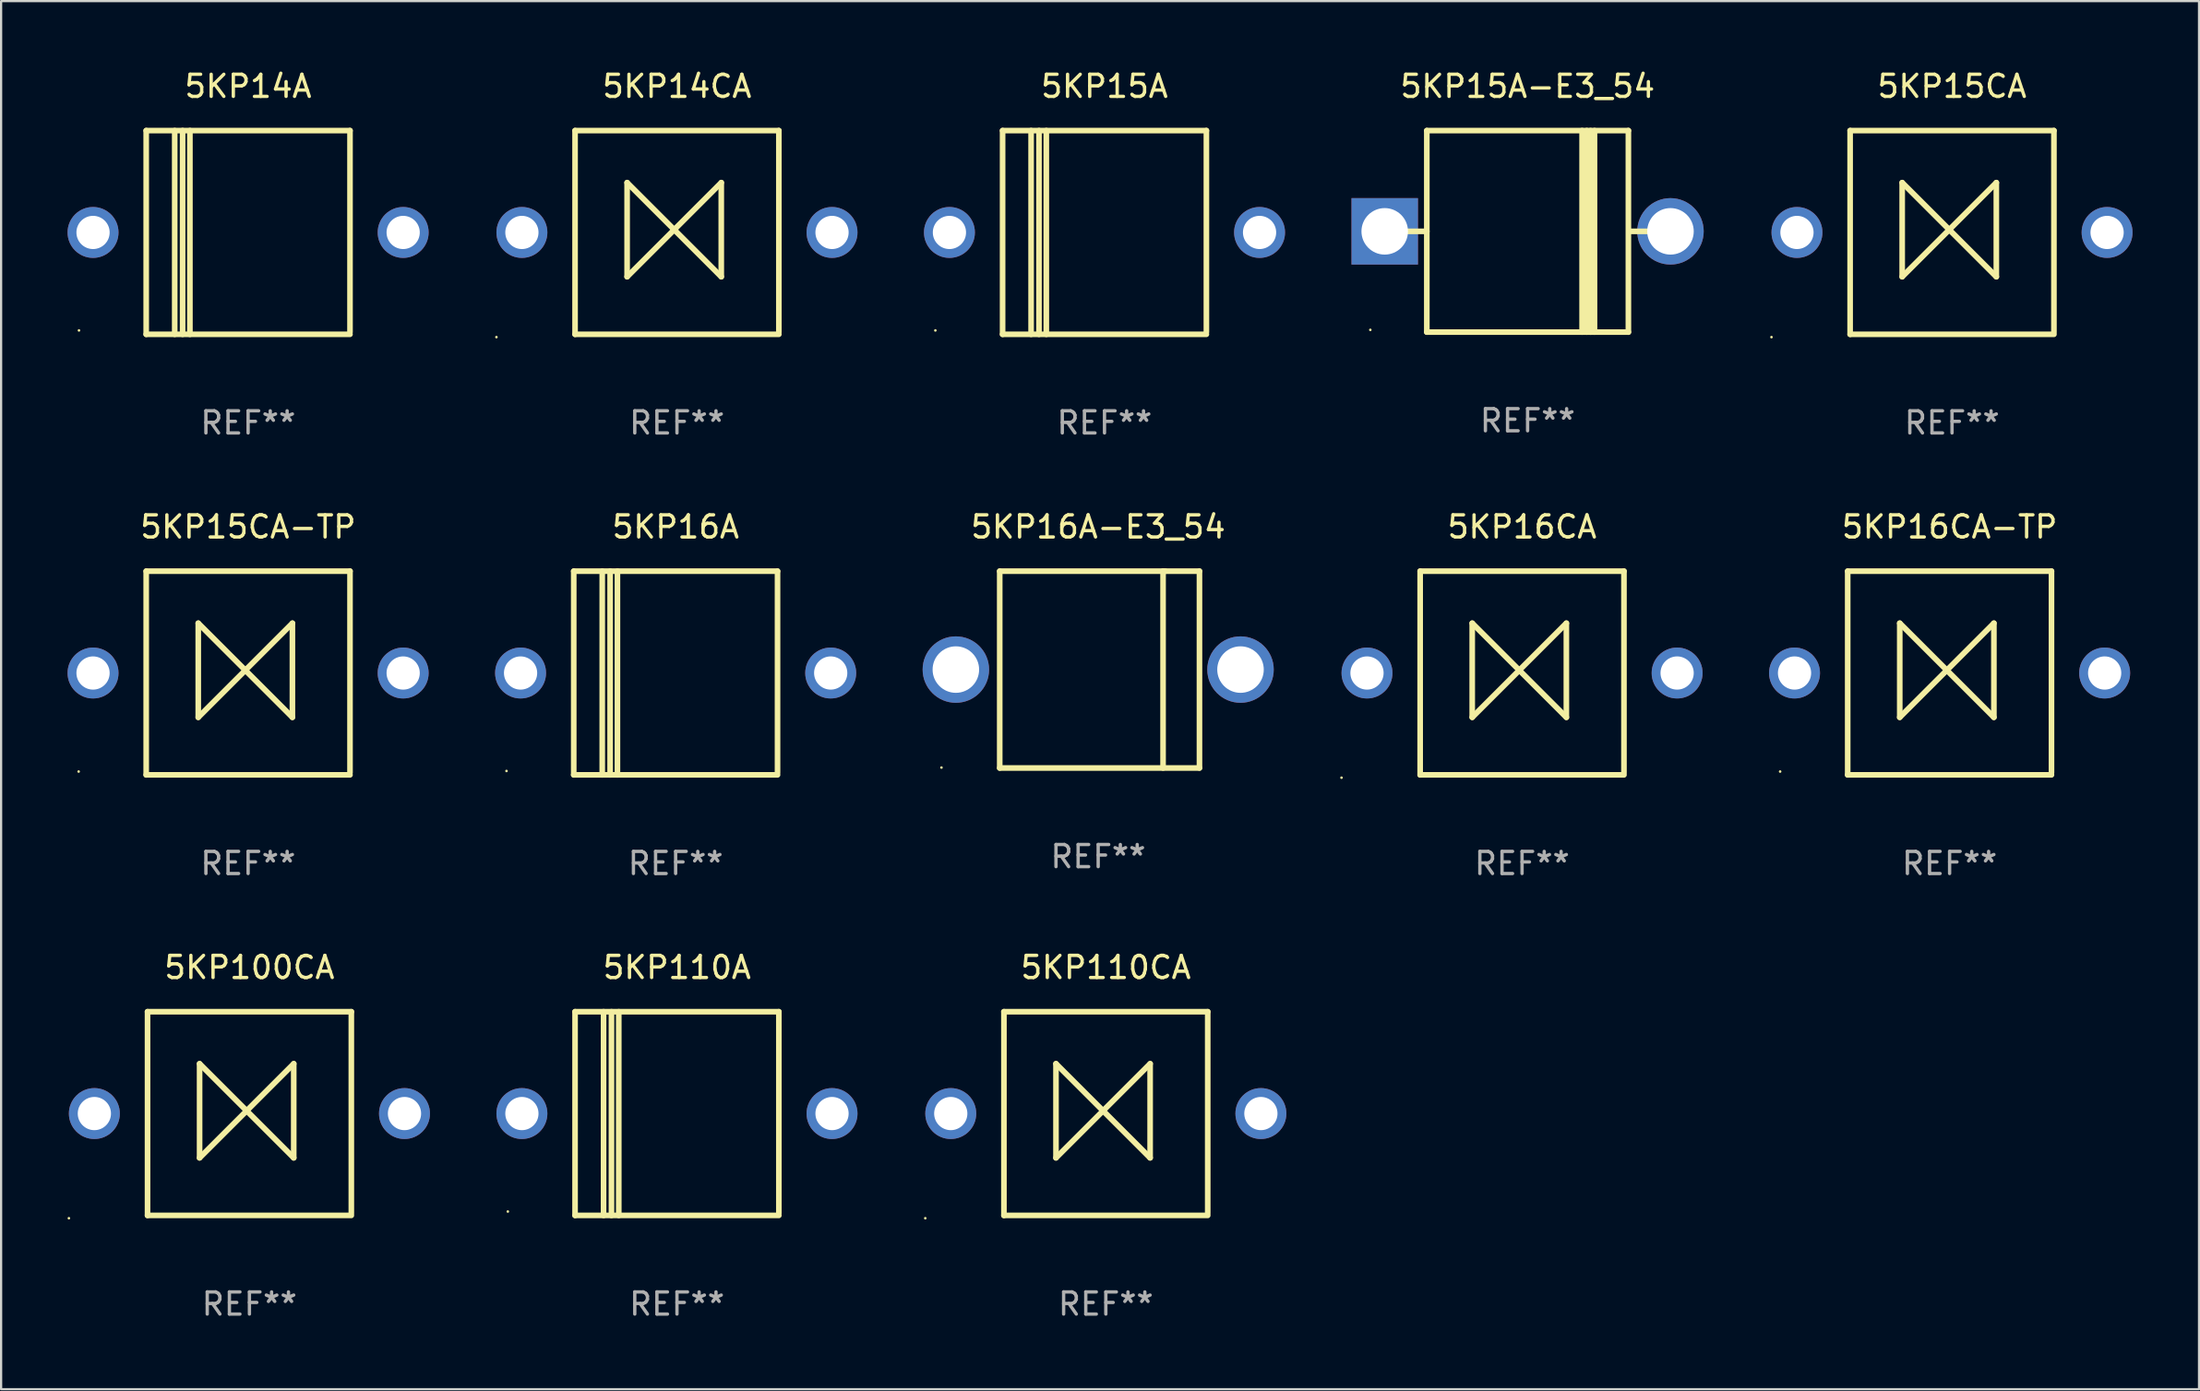
<source format=kicad_pcb>
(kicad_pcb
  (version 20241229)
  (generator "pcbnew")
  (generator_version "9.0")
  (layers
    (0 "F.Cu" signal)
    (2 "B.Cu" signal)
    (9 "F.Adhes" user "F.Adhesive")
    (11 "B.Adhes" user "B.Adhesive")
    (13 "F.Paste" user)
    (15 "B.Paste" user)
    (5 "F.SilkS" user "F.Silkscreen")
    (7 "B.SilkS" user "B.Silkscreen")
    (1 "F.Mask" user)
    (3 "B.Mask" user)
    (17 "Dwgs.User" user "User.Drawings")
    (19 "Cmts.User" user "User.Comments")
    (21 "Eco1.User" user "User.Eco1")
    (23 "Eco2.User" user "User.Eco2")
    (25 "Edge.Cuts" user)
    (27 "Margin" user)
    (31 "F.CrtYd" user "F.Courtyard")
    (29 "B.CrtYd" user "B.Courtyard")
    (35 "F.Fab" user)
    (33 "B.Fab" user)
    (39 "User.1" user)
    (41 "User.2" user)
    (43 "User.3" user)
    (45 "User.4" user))
  (footprint "5KP100CA"
    (layer "F.Cu")
    (at 8.21 47.241)
    (property "Reference" "5KP100CA" (at 0 -6.6 0) (layer "F.SilkS") (effects (font (size 1 1) (thickness 0.15))))
    (attr through_hole)
    (fp_line (start -4.6 -4.6) (end -4.6 4.6) (stroke (width 0.254) (type solid)) (layer "F.SilkS"))
    (fp_line (start -4.6 -4.6) (end 4.6 -4.6) (stroke (width 0.254) (type solid)) (layer "F.SilkS"))
    (fp_line (start -4.6 4.6) (end 4.6 4.6) (stroke (width 0.254) (type solid)) (layer "F.SilkS"))
    (fp_line (start -2.25 -2.25) (end -2.25 2) (stroke (width 0.254) (type solid)) (layer "F.SilkS"))
    (fp_line (start -2.25 2) (end 2 -2.25) (stroke (width 0.254) (type solid)) (layer "F.SilkS"))
    (fp_line (start 2 -2.25) (end 2 2) (stroke (width 0.254) (type solid)) (layer "F.SilkS"))
    (fp_line (start 2 2) (end -2.25 -2.25) (stroke (width 0.254) (type solid)) (layer "F.SilkS"))
    (fp_line (start 4.6 -4.6) (end 4.6 4.5) (stroke (width 0.254) (type solid)) (layer "F.SilkS"))
    (fp_circle (center -8.15 4.727) (end -8.12 4.727) (stroke (width 0.06) (type solid)) (fill no) (layer "F.SilkS"))
    (fp_text user "REF**" (at 0 8.6 0) (layer "F.Fab") (effects (font (size 1 1) (thickness 0.15))))
    (pad "1" thru_hole circle (at -7 0) (size 2.3 2.3) (drill 1.5) (layers "*.Cu" "*.Mask"))
    (pad "2" thru_hole circle (at 7 0) (size 2.3 2.3) (drill 1.5) (layers "*.Cu" "*.Mask")))
  (footprint "5KP16A"
    (layer "F.Cu")
    (at 27.45 27.345)
    (property "Reference" "5KP16A" (at 0 -6.6 0) (layer "F.SilkS") (effects (font (size 1 1) (thickness 0.15))))
    (attr through_hole)
    (fp_line (start -4.6 -4.6) (end -4.6 4.6) (stroke (width 0.254) (type solid)) (layer "F.SilkS"))
    (fp_line (start -4.6 -4.6) (end 4.6 -4.6) (stroke (width 0.254) (type solid)) (layer "F.SilkS"))
    (fp_line (start -4.6 4.6) (end 4.6 4.6) (stroke (width 0.254) (type solid)) (layer "F.SilkS"))
    (fp_line (start -3.313 -4.6) (end -3.313 4.6) (stroke (width 0.254) (type solid)) (layer "F.SilkS"))
    (fp_line (start -2.957 -4.6) (end -2.957 4.6) (stroke (width 0.254) (type solid)) (layer "F.SilkS"))
    (fp_line (start -2.627 -4.6) (end -2.627 4.6) (stroke (width 0.254) (type solid)) (layer "F.SilkS"))
    (fp_line (start 4.6 -4.6) (end 4.6 4.5) (stroke (width 0.254) (type solid)) (layer "F.SilkS"))
    (fp_circle (center -7.635 4.425) (end -7.605 4.425) (stroke (width 0.06) (type solid)) (fill no) (layer "F.SilkS"))
    (fp_text user "REF**" (at 0 8.6 0) (layer "F.Fab") (effects (font (size 1 1) (thickness 0.15))))
    (pad "1" thru_hole circle (at -7 0) (size 2.3 2.3) (drill 1.5) (layers "*.Cu" "*.Mask"))
    (pad "2" thru_hole circle (at 7 0) (size 2.3 2.3) (drill 1.5) (layers "*.Cu" "*.Mask")))
  (footprint "5KP110A"
    (layer "F.Cu")
    (at 27.51 47.241)
    (property "Reference" "5KP110A" (at 0 -6.6 0) (layer "F.SilkS") (effects (font (size 1 1) (thickness 0.15))))
    (attr through_hole)
    (fp_line (start -4.6 -4.6) (end -4.6 4.6) (stroke (width 0.254) (type solid)) (layer "F.SilkS"))
    (fp_line (start -4.6 -4.6) (end 4.6 -4.6) (stroke (width 0.254) (type solid)) (layer "F.SilkS"))
    (fp_line (start -4.6 4.6) (end 4.6 4.6) (stroke (width 0.254) (type solid)) (layer "F.SilkS"))
    (fp_line (start -3.313 -4.6) (end -3.313 4.6) (stroke (width 0.254) (type solid)) (layer "F.SilkS"))
    (fp_line (start -2.957 -4.6) (end -2.957 4.6) (stroke (width 0.254) (type solid)) (layer "F.SilkS"))
    (fp_line (start -2.627 -4.6) (end -2.627 4.6) (stroke (width 0.254) (type solid)) (layer "F.SilkS"))
    (fp_line (start 4.6 -4.6) (end 4.6 4.5) (stroke (width 0.254) (type solid)) (layer "F.SilkS"))
    (fp_circle (center -7.635 4.425) (end -7.605 4.425) (stroke (width 0.06) (type solid)) (fill no) (layer "F.SilkS"))
    (fp_text user "REF**" (at 0 8.6 0) (layer "F.Fab") (effects (font (size 1 1) (thickness 0.15))))
    (pad "1" thru_hole circle (at -7 0) (size 2.3 2.3) (drill 1.5) (layers "*.Cu" "*.Mask"))
    (pad "2" thru_hole circle (at 7 0) (size 2.3 2.3) (drill 1.5) (layers "*.Cu" "*.Mask")))
  (footprint "5KP15A-E3_54"
    (layer "F.Cu")
    (at 65.91 7.399)
    (property "Reference" "5KP15A-E3_54" (at 0 -6.551 0) (layer "F.SilkS") (effects (font (size 1 1) (thickness 0.15))))
    (attr through_hole)
    (fp_line (start -5.6 -0.001) (end -4.55 -0.001) (stroke (width 0.254) (type solid)) (layer "F.SilkS"))
    (fp_line (start -4.55 -4.551) (end -4.55 4.55) (stroke (width 0.254) (type solid)) (layer "F.SilkS"))
    (fp_line (start -4.55 -4.551) (end 4.55 -4.551) (stroke (width 0.254) (type solid)) (layer "F.SilkS"))
    (fp_line (start 2.46 4.55) (end 2.46 -4.551) (stroke (width 0.254) (type solid)) (layer "F.SilkS"))
    (fp_line (start 2.67 4.55) (end 2.67 -4.551) (stroke (width 0.254) (type solid)) (layer "F.SilkS"))
    (fp_line (start 2.841 4.551) (end 2.841 -4.55) (stroke (width 0.254) (type solid)) (layer "F.SilkS"))
    (fp_line (start 3.02 4.55) (end 3.02 -4.551) (stroke (width 0.254) (type solid)) (layer "F.SilkS"))
    (fp_line (start 4.55 4.55) (end 4.55 -4.551) (stroke (width 0.254) (type solid)) (layer "F.SilkS"))
    (fp_line (start 4.55 4.549) (end -4.55 4.549) (stroke (width 0.254) (type solid)) (layer "F.SilkS"))
    (fp_line (start 4.58 -0.001) (end 5.6 -0.001) (stroke (width 0.254) (type solid)) (layer "F.SilkS"))
    (fp_circle (center -7.1 4.449) (end -7.07 4.449) (stroke (width 0.06) (type solid)) (fill no) (layer "F.SilkS"))
    (fp_text user "REF**" (at 0 8.551 0) (layer "F.Fab") (effects (font (size 1 1) (thickness 0.15))))
    (pad "1" thru_hole rect (at -6.45 -0.001 180) (size 3 3) (drill 2.1) (layers "*.Cu" "*.Mask"))
    (pad "2" thru_hole circle (at 6.45 -0.001) (size 3 3) (drill 2.1) (layers "*.Cu" "*.Mask")))
  (footprint "5KP16CA"
    (layer "F.Cu")
    (at 65.66 27.345)
    (property "Reference" "5KP16CA" (at 0 -6.6 0) (layer "F.SilkS") (effects (font (size 1 1) (thickness 0.15))))
    (attr through_hole)
    (fp_line (start -4.6 -4.6) (end -4.6 4.6) (stroke (width 0.254) (type solid)) (layer "F.SilkS"))
    (fp_line (start -4.6 -4.6) (end 4.6 -4.6) (stroke (width 0.254) (type solid)) (layer "F.SilkS"))
    (fp_line (start -4.6 4.6) (end 4.6 4.6) (stroke (width 0.254) (type solid)) (layer "F.SilkS"))
    (fp_line (start -2.25 -2.25) (end -2.25 2) (stroke (width 0.254) (type solid)) (layer "F.SilkS"))
    (fp_line (start -2.25 2) (end 2 -2.25) (stroke (width 0.254) (type solid)) (layer "F.SilkS"))
    (fp_line (start 2 -2.25) (end 2 2) (stroke (width 0.254) (type solid)) (layer "F.SilkS"))
    (fp_line (start 2 2) (end -2.25 -2.25) (stroke (width 0.254) (type solid)) (layer "F.SilkS"))
    (fp_line (start 4.6 -4.6) (end 4.6 4.5) (stroke (width 0.254) (type solid)) (layer "F.SilkS"))
    (fp_circle (center -8.15 4.727) (end -8.12 4.727) (stroke (width 0.06) (type solid)) (fill no) (layer "F.SilkS"))
    (fp_text user "REF**" (at 0 8.6 0) (layer "F.Fab") (effects (font (size 1 1) (thickness 0.15))))
    (pad "1" thru_hole circle (at -7 0) (size 2.3 2.3) (drill 1.5) (layers "*.Cu" "*.Mask"))
    (pad "2" thru_hole circle (at 7 0) (size 2.3 2.3) (drill 1.5) (layers "*.Cu" "*.Mask")))
  (footprint "5KP15CA-TP"
    (layer "F.Cu")
    (at 8.15 27.345)
    (property "Reference" "5KP15CA-TP" (at 0 -6.6 0) (layer "F.SilkS") (effects (font (size 1 1) (thickness 0.15))))
    (attr through_hole)
    (fp_line (start -4.6 -4.6) (end -4.6 4.6) (stroke (width 0.254) (type solid)) (layer "F.SilkS"))
    (fp_line (start -4.6 -4.6) (end 4.6 -4.6) (stroke (width 0.254) (type solid)) (layer "F.SilkS"))
    (fp_line (start -4.6 4.6) (end 4.6 4.6) (stroke (width 0.254) (type solid)) (layer "F.SilkS"))
    (fp_line (start -2.25 -2.25) (end -2.25 2) (stroke (width 0.254) (type solid)) (layer "F.SilkS"))
    (fp_line (start -2.25 2) (end 2 -2.25) (stroke (width 0.254) (type solid)) (layer "F.SilkS"))
    (fp_line (start 2 -2.25) (end 2 2) (stroke (width 0.254) (type solid)) (layer "F.SilkS"))
    (fp_line (start 2 2) (end -2.25 -2.25) (stroke (width 0.254) (type solid)) (layer "F.SilkS"))
    (fp_line (start 4.6 -4.6) (end 4.6 4.5) (stroke (width 0.254) (type solid)) (layer "F.SilkS"))
    (fp_circle (center -7.65 4.45) (end -7.62 4.45) (stroke (width 0.06) (type solid)) (fill no) (layer "F.SilkS"))
    (fp_text user "REF**" (at 0 8.6 0) (layer "F.Fab") (effects (font (size 1 1) (thickness 0.15))))
    (pad "1" thru_hole circle (at -7 0) (size 2.3 2.3) (drill 1.5) (layers "*.Cu" "*.Mask"))
    (pad "2" thru_hole circle (at 7 0) (size 2.3 2.3) (drill 1.5) (layers "*.Cu" "*.Mask")))
  (footprint "5KP16A-E3_54"
    (layer "F.Cu")
    (at 46.525 27.19)
    (property "Reference" "5KP16A-E3_54" (at 0 -6.445 0) (layer "F.SilkS") (effects (font (size 1 1) (thickness 0.15))))
    (attr through_hole)
    (fp_line (start -4.445 -4.445) (end -4.445 4.445) (stroke (width 0.254) (type solid)) (layer "F.SilkS"))
    (fp_line (start -4.445 4.445) (end 4.572 4.445) (stroke (width 0.254) (type solid)) (layer "F.SilkS"))
    (fp_line (start 2.929 -4.445) (end 2.929 4.445) (stroke (width 0.254) (type solid)) (layer "F.SilkS"))
    (fp_line (start 3.029 -4.445) (end 2.929 -4.445) (stroke (width 0.254) (type solid)) (layer "F.SilkS"))
    (fp_line (start 4.572 -4.445) (end -4.445 -4.445) (stroke (width 0.254) (type solid)) (layer "F.SilkS"))
    (fp_line (start 4.572 4.445) (end 4.572 -4.445) (stroke (width 0.254) (type solid)) (layer "F.SilkS"))
    (fp_circle (center -7.075 4.425) (end -7.045 4.425) (stroke (width 0.06) (type solid)) (fill no) (layer "F.SilkS"))
    (fp_text user "REF**" (at 0 8.445 0) (layer "F.Fab") (effects (font (size 1 1) (thickness 0.15))))
    (pad "1" thru_hole circle (at -6.425 0) (size 3 3) (drill 2.1) (layers "*.Cu" "*.Mask"))
    (pad "2" thru_hole circle (at 6.425 0) (size 3 3) (drill 2.1) (layers "*.Cu" "*.Mask")))
  (footprint "5KP15CA"
    (layer "F.Cu")
    (at 85.07 7.448)
    (property "Reference" "5KP15CA" (at 0 -6.6 0) (layer "F.SilkS") (effects (font (size 1 1) (thickness 0.15))))
    (attr through_hole)
    (fp_line (start -4.6 -4.6) (end -4.6 4.6) (stroke (width 0.254) (type solid)) (layer "F.SilkS"))
    (fp_line (start -4.6 -4.6) (end 4.6 -4.6) (stroke (width 0.254) (type solid)) (layer "F.SilkS"))
    (fp_line (start -4.6 4.6) (end 4.6 4.6) (stroke (width 0.254) (type solid)) (layer "F.SilkS"))
    (fp_line (start -2.25 -2.25) (end -2.25 2) (stroke (width 0.254) (type solid)) (layer "F.SilkS"))
    (fp_line (start -2.25 2) (end 2 -2.25) (stroke (width 0.254) (type solid)) (layer "F.SilkS"))
    (fp_line (start 2 -2.25) (end 2 2) (stroke (width 0.254) (type solid)) (layer "F.SilkS"))
    (fp_line (start 2 2) (end -2.25 -2.25) (stroke (width 0.254) (type solid)) (layer "F.SilkS"))
    (fp_line (start 4.6 -4.6) (end 4.6 4.5) (stroke (width 0.254) (type solid)) (layer "F.SilkS"))
    (fp_circle (center -8.15 4.727) (end -8.12 4.727) (stroke (width 0.06) (type solid)) (fill no) (layer "F.SilkS"))
    (fp_text user "REF**" (at 0 8.6 0) (layer "F.Fab") (effects (font (size 1 1) (thickness 0.15))))
    (pad "1" thru_hole circle (at -7 0) (size 2.3 2.3) (drill 1.5) (layers "*.Cu" "*.Mask"))
    (pad "2" thru_hole circle (at 7 0) (size 2.3 2.3) (drill 1.5) (layers "*.Cu" "*.Mask")))
  (footprint "5KP14A"
    (layer "F.Cu")
    (at 8.15 7.448)
    (property "Reference" "5KP14A" (at 0 -6.6 0) (layer "F.SilkS") (effects (font (size 1 1) (thickness 0.15))))
    (attr through_hole)
    (fp_line (start -4.6 -4.6) (end -4.6 4.6) (stroke (width 0.254) (type solid)) (layer "F.SilkS"))
    (fp_line (start -4.6 -4.6) (end 4.6 -4.6) (stroke (width 0.254) (type solid)) (layer "F.SilkS"))
    (fp_line (start -4.6 4.6) (end 4.6 4.6) (stroke (width 0.254) (type solid)) (layer "F.SilkS"))
    (fp_line (start -3.313 -4.6) (end -3.313 4.6) (stroke (width 0.254) (type solid)) (layer "F.SilkS"))
    (fp_line (start -2.957 -4.6) (end -2.957 4.6) (stroke (width 0.254) (type solid)) (layer "F.SilkS"))
    (fp_line (start -2.627 -4.6) (end -2.627 4.6) (stroke (width 0.254) (type solid)) (layer "F.SilkS"))
    (fp_line (start 4.6 -4.6) (end 4.6 4.5) (stroke (width 0.254) (type solid)) (layer "F.SilkS"))
    (fp_circle (center -7.635 4.425) (end -7.605 4.425) (stroke (width 0.06) (type solid)) (fill no) (layer "F.SilkS"))
    (fp_text user "REF**" (at 0 8.6 0) (layer "F.Fab") (effects (font (size 1 1) (thickness 0.15))))
    (pad "1" thru_hole circle (at -7 0) (size 2.3 2.3) (drill 1.5) (layers "*.Cu" "*.Mask"))
    (pad "2" thru_hole circle (at 7 0) (size 2.3 2.3) (drill 1.5) (layers "*.Cu" "*.Mask")))
  (footprint "5KP15A"
    (layer "F.Cu")
    (at 46.81 7.448)
    (property "Reference" "5KP15A" (at 0 -6.6 0) (layer "F.SilkS") (effects (font (size 1 1) (thickness 0.15))))
    (attr through_hole)
    (fp_line (start -4.6 -4.6) (end -4.6 4.6) (stroke (width 0.254) (type solid)) (layer "F.SilkS"))
    (fp_line (start -4.6 -4.6) (end 4.6 -4.6) (stroke (width 0.254) (type solid)) (layer "F.SilkS"))
    (fp_line (start -4.6 4.6) (end 4.6 4.6) (stroke (width 0.254) (type solid)) (layer "F.SilkS"))
    (fp_line (start -3.313 -4.6) (end -3.313 4.6) (stroke (width 0.254) (type solid)) (layer "F.SilkS"))
    (fp_line (start -2.957 -4.6) (end -2.957 4.6) (stroke (width 0.254) (type solid)) (layer "F.SilkS"))
    (fp_line (start -2.627 -4.6) (end -2.627 4.6) (stroke (width 0.254) (type solid)) (layer "F.SilkS"))
    (fp_line (start 4.6 -4.6) (end 4.6 4.5) (stroke (width 0.254) (type solid)) (layer "F.SilkS"))
    (fp_circle (center -7.635 4.425) (end -7.605 4.425) (stroke (width 0.06) (type solid)) (fill no) (layer "F.SilkS"))
    (fp_text user "REF**" (at 0 8.6 0) (layer "F.Fab") (effects (font (size 1 1) (thickness 0.15))))
    (pad "1" thru_hole circle (at -7 0) (size 2.3 2.3) (drill 1.5) (layers "*.Cu" "*.Mask"))
    (pad "2" thru_hole circle (at 7 0) (size 2.3 2.3) (drill 1.5) (layers "*.Cu" "*.Mask")))
  (footprint "5KP14CA"
    (layer "F.Cu")
    (at 27.51 7.448)
    (property "Reference" "5KP14CA" (at 0 -6.6 0) (layer "F.SilkS") (effects (font (size 1 1) (thickness 0.15))))
    (attr through_hole)
    (fp_line (start -4.6 -4.6) (end -4.6 4.6) (stroke (width 0.254) (type solid)) (layer "F.SilkS"))
    (fp_line (start -4.6 -4.6) (end 4.6 -4.6) (stroke (width 0.254) (type solid)) (layer "F.SilkS"))
    (fp_line (start -4.6 4.6) (end 4.6 4.6) (stroke (width 0.254) (type solid)) (layer "F.SilkS"))
    (fp_line (start -2.25 -2.25) (end -2.25 2) (stroke (width 0.254) (type solid)) (layer "F.SilkS"))
    (fp_line (start -2.25 2) (end 2 -2.25) (stroke (width 0.254) (type solid)) (layer "F.SilkS"))
    (fp_line (start 2 -2.25) (end 2 2) (stroke (width 0.254) (type solid)) (layer "F.SilkS"))
    (fp_line (start 2 2) (end -2.25 -2.25) (stroke (width 0.254) (type solid)) (layer "F.SilkS"))
    (fp_line (start 4.6 -4.6) (end 4.6 4.5) (stroke (width 0.254) (type solid)) (layer "F.SilkS"))
    (fp_circle (center -8.15 4.727) (end -8.12 4.727) (stroke (width 0.06) (type solid)) (fill no) (layer "F.SilkS"))
    (fp_text user "REF**" (at 0 8.6 0) (layer "F.Fab") (effects (font (size 1 1) (thickness 0.15))))
    (pad "1" thru_hole circle (at -7 0) (size 2.3 2.3) (drill 1.5) (layers "*.Cu" "*.Mask"))
    (pad "2" thru_hole circle (at 7 0) (size 2.3 2.3) (drill 1.5) (layers "*.Cu" "*.Mask")))
  (footprint "5KP16CA-TP"
    (layer "F.Cu")
    (at 84.96 27.345)
    (property "Reference" "5KP16CA-TP" (at 0 -6.6 0) (layer "F.SilkS") (effects (font (size 1 1) (thickness 0.15))))
    (attr through_hole)
    (fp_line (start -4.6 -4.6) (end -4.6 4.6) (stroke (width 0.254) (type solid)) (layer "F.SilkS"))
    (fp_line (start -4.6 -4.6) (end 4.6 -4.6) (stroke (width 0.254) (type solid)) (layer "F.SilkS"))
    (fp_line (start -4.6 4.6) (end 4.6 4.6) (stroke (width 0.254) (type solid)) (layer "F.SilkS"))
    (fp_line (start -2.25 -2.25) (end -2.25 2) (stroke (width 0.254) (type solid)) (layer "F.SilkS"))
    (fp_line (start -2.25 2) (end 2 -2.25) (stroke (width 0.254) (type solid)) (layer "F.SilkS"))
    (fp_line (start 2 -2.25) (end 2 2) (stroke (width 0.254) (type solid)) (layer "F.SilkS"))
    (fp_line (start 2 2) (end -2.25 -2.25) (stroke (width 0.254) (type solid)) (layer "F.SilkS"))
    (fp_line (start 4.6 -4.6) (end 4.6 4.5) (stroke (width 0.254) (type solid)) (layer "F.SilkS"))
    (fp_circle (center -7.65 4.45) (end -7.62 4.45) (stroke (width 0.06) (type solid)) (fill no) (layer "F.SilkS"))
    (fp_text user "REF**" (at 0 8.6 0) (layer "F.Fab") (effects (font (size 1 1) (thickness 0.15))))
    (pad "1" thru_hole circle (at -7 0) (size 2.3 2.3) (drill 1.5) (layers "*.Cu" "*.Mask"))
    (pad "2" thru_hole circle (at 7 0) (size 2.3 2.3) (drill 1.5) (layers "*.Cu" "*.Mask")))
  (footprint "5KP110CA"
    (layer "F.Cu")
    (at 46.87 47.241)
    (property "Reference" "5KP110CA" (at 0 -6.6 0) (layer "F.SilkS") (effects (font (size 1 1) (thickness 0.15))))
    (attr through_hole)
    (fp_line (start -4.6 -4.6) (end -4.6 4.6) (stroke (width 0.254) (type solid)) (layer "F.SilkS"))
    (fp_line (start -4.6 -4.6) (end 4.6 -4.6) (stroke (width 0.254) (type solid)) (layer "F.SilkS"))
    (fp_line (start -4.6 4.6) (end 4.6 4.6) (stroke (width 0.254) (type solid)) (layer "F.SilkS"))
    (fp_line (start -2.25 -2.25) (end -2.25 2) (stroke (width 0.254) (type solid)) (layer "F.SilkS"))
    (fp_line (start -2.25 2) (end 2 -2.25) (stroke (width 0.254) (type solid)) (layer "F.SilkS"))
    (fp_line (start 2 -2.25) (end 2 2) (stroke (width 0.254) (type solid)) (layer "F.SilkS"))
    (fp_line (start 2 2) (end -2.25 -2.25) (stroke (width 0.254) (type solid)) (layer "F.SilkS"))
    (fp_line (start 4.6 -4.6) (end 4.6 4.5) (stroke (width 0.254) (type solid)) (layer "F.SilkS"))
    (fp_circle (center -8.15 4.727) (end -8.12 4.727) (stroke (width 0.06) (type solid)) (fill no) (layer "F.SilkS"))
    (fp_text user "REF**" (at 0 8.6 0) (layer "F.Fab") (effects (font (size 1 1) (thickness 0.15))))
    (pad "1" thru_hole circle (at -7 0) (size 2.3 2.3) (drill 1.5) (layers "*.Cu" "*.Mask"))
    (pad "2" thru_hole circle (at 7 0) (size 2.3 2.3) (drill 1.5) (layers "*.Cu" "*.Mask")))
  (gr_rect
    (start -3 -3)
    (end 96.22 59.69)
    (stroke (width 0.1) (type default))
    (fill no)
    (layer "Edge.Cuts")))
</source>
